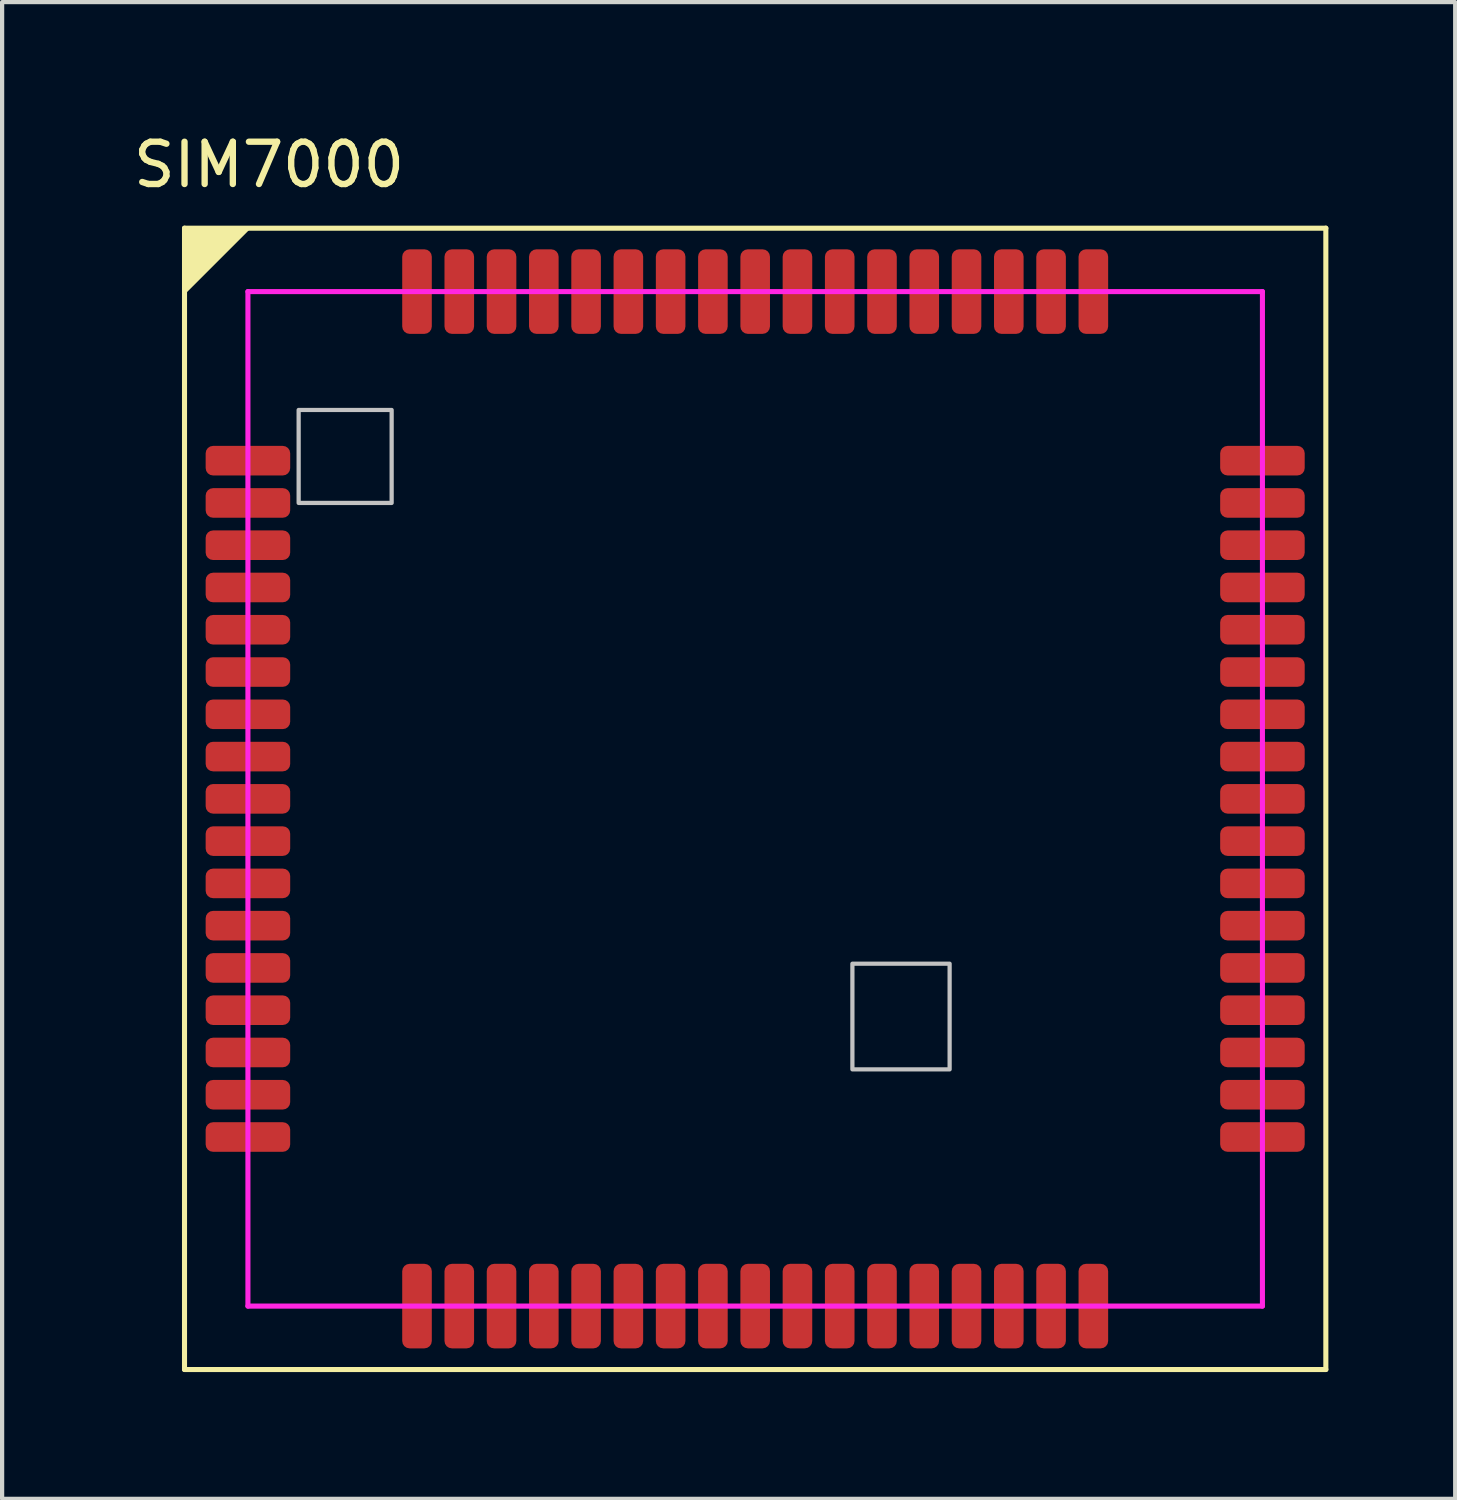
<source format=kicad_pcb>
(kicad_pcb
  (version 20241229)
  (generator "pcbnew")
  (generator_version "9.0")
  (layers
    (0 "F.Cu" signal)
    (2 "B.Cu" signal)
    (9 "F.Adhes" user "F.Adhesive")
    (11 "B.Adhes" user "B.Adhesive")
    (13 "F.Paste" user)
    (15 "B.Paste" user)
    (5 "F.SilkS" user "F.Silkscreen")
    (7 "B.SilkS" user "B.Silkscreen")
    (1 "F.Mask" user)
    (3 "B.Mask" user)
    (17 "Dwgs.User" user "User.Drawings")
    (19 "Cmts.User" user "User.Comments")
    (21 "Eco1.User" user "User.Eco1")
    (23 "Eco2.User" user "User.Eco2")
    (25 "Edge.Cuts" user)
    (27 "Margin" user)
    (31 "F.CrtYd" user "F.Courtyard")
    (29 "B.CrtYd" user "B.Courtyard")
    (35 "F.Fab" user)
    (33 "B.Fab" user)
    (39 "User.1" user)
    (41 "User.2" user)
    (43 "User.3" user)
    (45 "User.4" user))
  (footprint "SIM7000"
    (layer "F.Cu")
    (at 14.815 15.848)
    (property "Reference" "SIM7000" (at -11.5 -15 0) (layer "F.SilkS") (effects (font (size 1 1) (thickness 0.15))))
    (attr through_hole)
    (fp_line (start -13.5 -13.5) (end 13.5 -13.5) (stroke (width 0.12) (type solid)) (layer "F.SilkS"))
    (fp_line (start -13.5 13.5) (end -13.5 -13.5) (stroke (width 0.12) (type solid)) (layer "F.SilkS"))
    (fp_line (start 13.5 -13.5) (end 13.5 13.5) (stroke (width 0.12) (type solid)) (layer "F.SilkS"))
    (fp_line (start 13.5 13.5) (end -13.5 13.5) (stroke (width 0.12) (type solid)) (layer "F.SilkS"))
    (fp_poly (pts (xy -13.5 -12) (xy -13.5 -13.5) (xy -12 -13.5)) (stroke (width 0.1) (type solid)) (fill yes) (layer "F.SilkS"))
    (fp_poly (pts (xy -8.6 -7) (xy -10.8 -7) (xy -10.8 -9.2) (xy -8.6 -9.2)) (stroke (width 0.1) (type solid)) (fill no) (layer "Dwgs.User"))
    (fp_poly (pts (xy 4.6 6.4) (xy 2.3 6.4) (xy 2.3 3.9) (xy 4.6 3.9)) (stroke (width 0.1) (type solid)) (fill no) (layer "Dwgs.User"))
    (fp_line (start -12 -12) (end 12 -12) (stroke (width 0.12) (type solid)) (layer "F.CrtYd"))
    (fp_line (start -12 12) (end -12 -12) (stroke (width 0.12) (type solid)) (layer "F.CrtYd"))
    (fp_line (start 12 -12) (end 12 12) (stroke (width 0.12) (type solid)) (layer "F.CrtYd"))
    (fp_line (start 12 12) (end -12 12) (stroke (width 0.12) (type solid)) (layer "F.CrtYd"))
    (pad "1" smd roundrect (at -12 -8) (size 2 0.7) (layers "F.Cu" "F.Mask" "F.Paste") (roundrect_rratio 0.25))
    (pad "2" smd roundrect (at -12 -7) (size 2 0.7) (layers "F.Cu" "F.Mask" "F.Paste") (roundrect_rratio 0.25))
    (pad "3" smd roundrect (at -12 -6) (size 2 0.7) (layers "F.Cu" "F.Mask" "F.Paste") (roundrect_rratio 0.25))
    (pad "4" smd roundrect (at -12 -5) (size 2 0.7) (layers "F.Cu" "F.Mask" "F.Paste") (roundrect_rratio 0.25))
    (pad "5" smd roundrect (at -12 -4) (size 2 0.7) (layers "F.Cu" "F.Mask" "F.Paste") (roundrect_rratio 0.25))
    (pad "6" smd roundrect (at -12 -3) (size 2 0.7) (layers "F.Cu" "F.Mask" "F.Paste") (roundrect_rratio 0.25))
    (pad "7" smd roundrect (at -12 -2) (size 2 0.7) (layers "F.Cu" "F.Mask" "F.Paste") (roundrect_rratio 0.25))
    (pad "8" smd roundrect (at -12 -1) (size 2 0.7) (layers "F.Cu" "F.Mask" "F.Paste") (roundrect_rratio 0.25))
    (pad "9" smd roundrect (at -12 0) (size 2 0.7) (layers "F.Cu" "F.Mask" "F.Paste") (roundrect_rratio 0.25))
    (pad "10" smd roundrect (at -12 1) (size 2 0.7) (layers "F.Cu" "F.Mask" "F.Paste") (roundrect_rratio 0.25))
    (pad "11" smd roundrect (at -12 2) (size 2 0.7) (layers "F.Cu" "F.Mask" "F.Paste") (roundrect_rratio 0.25))
    (pad "12" smd roundrect (at -12 3) (size 2 0.7) (layers "F.Cu" "F.Mask" "F.Paste") (roundrect_rratio 0.25))
    (pad "13" smd roundrect (at -12 4) (size 2 0.7) (layers "F.Cu" "F.Mask" "F.Paste") (roundrect_rratio 0.25))
    (pad "14" smd roundrect (at -12 5) (size 2 0.7) (layers "F.Cu" "F.Mask" "F.Paste") (roundrect_rratio 0.25))
    (pad "15" smd roundrect (at -12 6) (size 2 0.7) (layers "F.Cu" "F.Mask" "F.Paste") (roundrect_rratio 0.25))
    (pad "16" smd roundrect (at -12 7) (size 2 0.7) (layers "F.Cu" "F.Mask" "F.Paste") (roundrect_rratio 0.25))
    (pad "17" smd roundrect (at -12 8) (size 2 0.7) (layers "F.Cu" "F.Mask" "F.Paste") (roundrect_rratio 0.25))
    (pad "18" smd roundrect (at -8 12 90) (size 2 0.7) (layers "F.Cu" "F.Mask" "F.Paste") (roundrect_rratio 0.25))
    (pad "19" smd roundrect (at -7 12 90) (size 2 0.7) (layers "F.Cu" "F.Mask" "F.Paste") (roundrect_rratio 0.25))
    (pad "20" smd roundrect (at -6 12 90) (size 2 0.7) (layers "F.Cu" "F.Mask" "F.Paste") (roundrect_rratio 0.25))
    (pad "21" smd roundrect (at -5 12 90) (size 2 0.7) (layers "F.Cu" "F.Mask" "F.Paste") (roundrect_rratio 0.25))
    (pad "22" smd roundrect (at -4 12 90) (size 2 0.7) (layers "F.Cu" "F.Mask" "F.Paste") (roundrect_rratio 0.25))
    (pad "23" smd roundrect (at -3 12 90) (size 2 0.7) (layers "F.Cu" "F.Mask" "F.Paste") (roundrect_rratio 0.25))
    (pad "24" smd roundrect (at -2 12 90) (size 2 0.7) (layers "F.Cu" "F.Mask" "F.Paste") (roundrect_rratio 0.25))
    (pad "25" smd roundrect (at -1 12 90) (size 2 0.7) (layers "F.Cu" "F.Mask" "F.Paste") (roundrect_rratio 0.25))
    (pad "26" smd roundrect (at 0 12 90) (size 2 0.7) (layers "F.Cu" "F.Mask" "F.Paste") (roundrect_rratio 0.25))
    (pad "27" smd roundrect (at 1 12 90) (size 2 0.7) (layers "F.Cu" "F.Mask" "F.Paste") (roundrect_rratio 0.25))
    (pad "28" smd roundrect (at 2 12 90) (size 2 0.7) (layers "F.Cu" "F.Mask" "F.Paste") (roundrect_rratio 0.25))
    (pad "29" smd roundrect (at 3 12 90) (size 2 0.7) (layers "F.Cu" "F.Mask" "F.Paste") (roundrect_rratio 0.25))
    (pad "30" smd roundrect (at 4 12 90) (size 2 0.7) (layers "F.Cu" "F.Mask" "F.Paste") (roundrect_rratio 0.25))
    (pad "31" smd roundrect (at 5 12 90) (size 2 0.7) (layers "F.Cu" "F.Mask" "F.Paste") (roundrect_rratio 0.25))
    (pad "32" smd roundrect (at 6 12 90) (size 2 0.7) (layers "F.Cu" "F.Mask" "F.Paste") (roundrect_rratio 0.25))
    (pad "33" smd roundrect (at 7 12 90) (size 2 0.7) (layers "F.Cu" "F.Mask" "F.Paste") (roundrect_rratio 0.25))
    (pad "34" smd roundrect (at 8 12 90) (size 2 0.7) (layers "F.Cu" "F.Mask" "F.Paste") (roundrect_rratio 0.25))
    (pad "35" smd roundrect (at 12 8 180) (size 2 0.7) (layers "F.Cu" "F.Mask" "F.Paste") (roundrect_rratio 0.25))
    (pad "36" smd roundrect (at 12 7 180) (size 2 0.7) (layers "F.Cu" "F.Mask" "F.Paste") (roundrect_rratio 0.25))
    (pad "37" smd roundrect (at 12 6 180) (size 2 0.7) (layers "F.Cu" "F.Mask" "F.Paste") (roundrect_rratio 0.25))
    (pad "38" smd roundrect (at 12 5 180) (size 2 0.7) (layers "F.Cu" "F.Mask" "F.Paste") (roundrect_rratio 0.25))
    (pad "39" smd roundrect (at 12 4 180) (size 2 0.7) (layers "F.Cu" "F.Mask" "F.Paste") (roundrect_rratio 0.25))
    (pad "40" smd roundrect (at 12 3 180) (size 2 0.7) (layers "F.Cu" "F.Mask" "F.Paste") (roundrect_rratio 0.25))
    (pad "41" smd roundrect (at 12 2 180) (size 2 0.7) (layers "F.Cu" "F.Mask" "F.Paste") (roundrect_rratio 0.25))
    (pad "42" smd roundrect (at 12 1 180) (size 2 0.7) (layers "F.Cu" "F.Mask" "F.Paste") (roundrect_rratio 0.25))
    (pad "43" smd roundrect (at 12 0 180) (size 2 0.7) (layers "F.Cu" "F.Mask" "F.Paste") (roundrect_rratio 0.25))
    (pad "44" smd roundrect (at 12 -1 180) (size 2 0.7) (layers "F.Cu" "F.Mask" "F.Paste") (roundrect_rratio 0.25))
    (pad "45" smd roundrect (at 12 -2 180) (size 2 0.7) (layers "F.Cu" "F.Mask" "F.Paste") (roundrect_rratio 0.25))
    (pad "46" smd roundrect (at 12 -3 180) (size 2 0.7) (layers "F.Cu" "F.Mask" "F.Paste") (roundrect_rratio 0.25))
    (pad "47" smd roundrect (at 12 -4 180) (size 2 0.7) (layers "F.Cu" "F.Mask" "F.Paste") (roundrect_rratio 0.25))
    (pad "48" smd roundrect (at 12 -5 180) (size 2 0.7) (layers "F.Cu" "F.Mask" "F.Paste") (roundrect_rratio 0.25))
    (pad "49" smd roundrect (at 12 -6 180) (size 2 0.7) (layers "F.Cu" "F.Mask" "F.Paste") (roundrect_rratio 0.25))
    (pad "50" smd roundrect (at 12 -7 180) (size 2 0.7) (layers "F.Cu" "F.Mask" "F.Paste") (roundrect_rratio 0.25))
    (pad "51" smd roundrect (at 12 -8 180) (size 2 0.7) (layers "F.Cu" "F.Mask" "F.Paste") (roundrect_rratio 0.25))
    (pad "52" smd roundrect (at 8 -12 270) (size 2 0.7) (layers "F.Cu" "F.Mask" "F.Paste") (roundrect_rratio 0.25))
    (pad "53" smd roundrect (at 7 -12 270) (size 2 0.7) (layers "F.Cu" "F.Mask" "F.Paste") (roundrect_rratio 0.25))
    (pad "54" smd roundrect (at 6 -12 270) (size 2 0.7) (layers "F.Cu" "F.Mask" "F.Paste") (roundrect_rratio 0.25))
    (pad "55" smd roundrect (at 5 -12 270) (size 2 0.7) (layers "F.Cu" "F.Mask" "F.Paste") (roundrect_rratio 0.25))
    (pad "56" smd roundrect (at 4 -12 270) (size 2 0.7) (layers "F.Cu" "F.Mask" "F.Paste") (roundrect_rratio 0.25))
    (pad "57" smd roundrect (at 3 -12 270) (size 2 0.7) (layers "F.Cu" "F.Mask" "F.Paste") (roundrect_rratio 0.25))
    (pad "58" smd roundrect (at 2 -12 270) (size 2 0.7) (layers "F.Cu" "F.Mask" "F.Paste") (roundrect_rratio 0.25))
    (pad "59" smd roundrect (at 1 -12 270) (size 2 0.7) (layers "F.Cu" "F.Mask" "F.Paste") (roundrect_rratio 0.25))
    (pad "60" smd roundrect (at 0 -12 270) (size 2 0.7) (layers "F.Cu" "F.Mask" "F.Paste") (roundrect_rratio 0.25))
    (pad "61" smd roundrect (at -1 -12 270) (size 2 0.7) (layers "F.Cu" "F.Mask" "F.Paste") (roundrect_rratio 0.25))
    (pad "62" smd roundrect (at -2 -12 270) (size 2 0.7) (layers "F.Cu" "F.Mask" "F.Paste") (roundrect_rratio 0.25))
    (pad "63" smd roundrect (at -3 -12 270) (size 2 0.7) (layers "F.Cu" "F.Mask" "F.Paste") (roundrect_rratio 0.25))
    (pad "64" smd roundrect (at -4 -12 270) (size 2 0.7) (layers "F.Cu" "F.Mask" "F.Paste") (roundrect_rratio 0.25))
    (pad "65" smd roundrect (at -5 -12 270) (size 2 0.7) (layers "F.Cu" "F.Mask" "F.Paste") (roundrect_rratio 0.25))
    (pad "66" smd roundrect (at -6 -12 270) (size 2 0.7) (layers "F.Cu" "F.Mask" "F.Paste") (roundrect_rratio 0.25))
    (pad "67" smd roundrect (at -7 -12 270) (size 2 0.7) (layers "F.Cu" "F.Mask" "F.Paste") (roundrect_rratio 0.25))
    (pad "68" smd roundrect (at -8 -12 270) (size 2 0.7) (layers "F.Cu" "F.Mask" "F.Paste") (roundrect_rratio 0.25)))
  (gr_rect
    (start -3 -3)
    (end 31.375 32.408)
    (stroke (width 0.1) (type default))
    (fill no)
    (layer "Edge.Cuts")))
</source>
